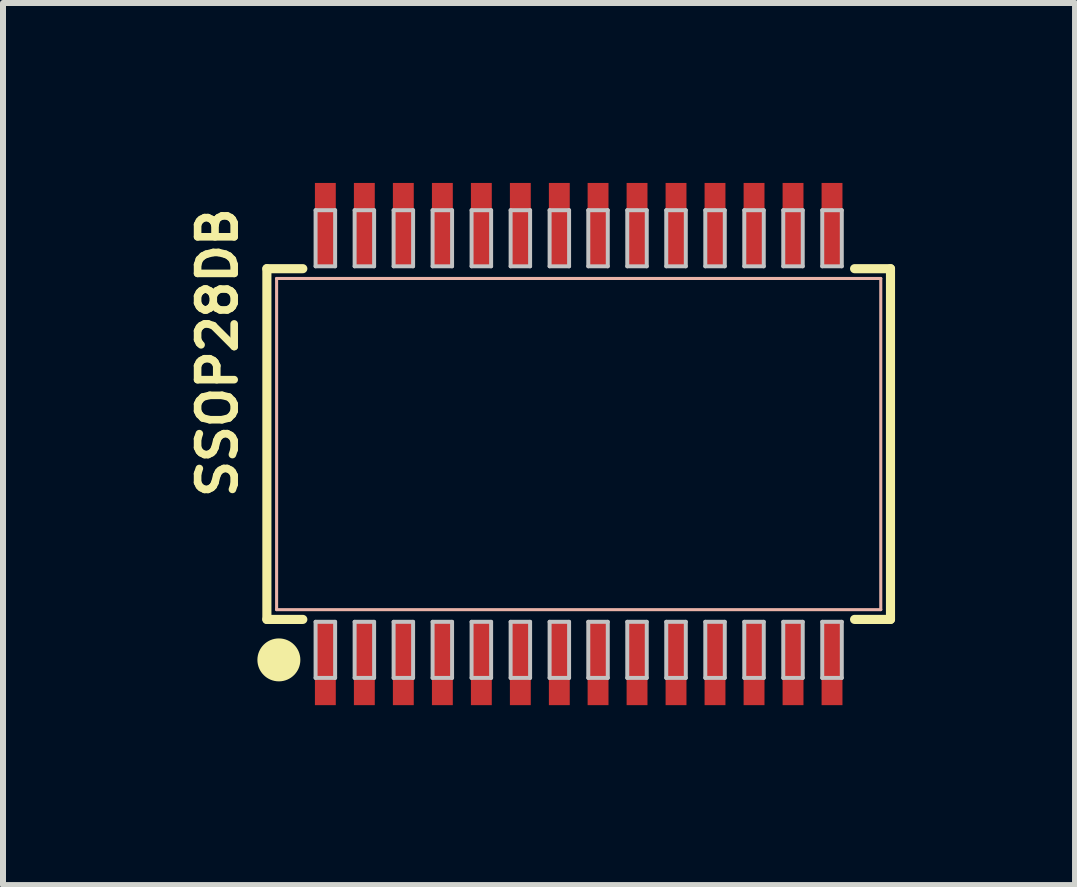
<source format=kicad_pcb>
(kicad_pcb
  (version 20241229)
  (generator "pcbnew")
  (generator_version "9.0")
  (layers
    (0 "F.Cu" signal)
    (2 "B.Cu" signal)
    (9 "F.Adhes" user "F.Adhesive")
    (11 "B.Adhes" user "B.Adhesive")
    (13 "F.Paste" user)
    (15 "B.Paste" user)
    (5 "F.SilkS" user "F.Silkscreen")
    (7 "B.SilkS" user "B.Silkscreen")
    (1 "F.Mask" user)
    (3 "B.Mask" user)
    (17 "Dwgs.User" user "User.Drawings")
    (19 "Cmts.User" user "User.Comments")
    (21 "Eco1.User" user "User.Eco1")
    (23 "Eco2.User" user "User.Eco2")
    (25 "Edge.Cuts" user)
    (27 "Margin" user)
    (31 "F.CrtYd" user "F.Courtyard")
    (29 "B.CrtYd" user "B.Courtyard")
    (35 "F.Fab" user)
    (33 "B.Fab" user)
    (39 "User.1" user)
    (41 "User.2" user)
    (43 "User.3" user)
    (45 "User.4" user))
  (footprint "SSOP28DB"
    (layer "F.Cu")
    (at 6.599 4.354)
    (property "Reference" "SSOP28DB" (at -6.02 -1.524 90) (layer "F.SilkS") (effects (font (size 0.61 0.61) (thickness 0.127))))
    (attr smd)
    (fp_line (start -5.199 -2.924) (end -4.6 -2.924) (stroke (width 0.152) (type solid)) (layer "F.SilkS"))
    (fp_line (start -5.199 2.924) (end -5.199 -2.924) (stroke (width 0.152) (type solid)) (layer "F.SilkS"))
    (fp_line (start -5.199 2.924) (end -4.6 2.924) (stroke (width 0.152) (type solid)) (layer "F.SilkS"))
    (fp_line (start 5.199 -2.924) (end 4.6 -2.924) (stroke (width 0.152) (type solid)) (layer "F.SilkS"))
    (fp_line (start 5.199 -2.924) (end 5.199 2.924) (stroke (width 0.152) (type solid)) (layer "F.SilkS"))
    (fp_line (start 5.199 2.924) (end 4.6 2.924) (stroke (width 0.152) (type solid)) (layer "F.SilkS"))
    (fp_circle (center -4.999 3.599) (end -4.999 3.241) (stroke (width 0) (type solid)) (fill yes) (layer "F.SilkS"))
    (fp_line (start -5.037 -2.761) (end 5.037 -2.761) (stroke (width 0.051) (type solid)) (layer "B.SilkS"))
    (fp_line (start -5.037 2.761) (end -5.037 -2.761) (stroke (width 0.051) (type solid)) (layer "B.SilkS"))
    (fp_line (start 5.037 -2.761) (end 5.037 2.761) (stroke (width 0.051) (type solid)) (layer "B.SilkS"))
    (fp_line (start 5.037 2.761) (end -5.037 2.761) (stroke (width 0.051) (type solid)) (layer "B.SilkS"))
    (fp_line (start -4.387 -3.899) (end -4.061 -3.899) (stroke (width 0.066) (type solid)) (layer "Dwgs.User"))
    (fp_line (start -4.387 -2.964) (end -4.387 -3.899) (stroke (width 0.066) (type solid)) (layer "Dwgs.User"))
    (fp_line (start -4.387 -2.964) (end -4.061 -2.964) (stroke (width 0.066) (type solid)) (layer "Dwgs.User"))
    (fp_line (start -4.387 2.964) (end -4.061 2.964) (stroke (width 0.066) (type solid)) (layer "Dwgs.User"))
    (fp_line (start -4.387 3.899) (end -4.387 2.964) (stroke (width 0.066) (type solid)) (layer "Dwgs.User"))
    (fp_line (start -4.387 3.899) (end -4.061 3.899) (stroke (width 0.066) (type solid)) (layer "Dwgs.User"))
    (fp_line (start -4.061 -2.964) (end -4.061 -3.899) (stroke (width 0.066) (type solid)) (layer "Dwgs.User"))
    (fp_line (start -4.061 3.899) (end -4.061 2.964) (stroke (width 0.066) (type solid)) (layer "Dwgs.User"))
    (fp_line (start -3.736 -3.899) (end -3.411 -3.899) (stroke (width 0.066) (type solid)) (layer "Dwgs.User"))
    (fp_line (start -3.736 -2.964) (end -3.736 -3.899) (stroke (width 0.066) (type solid)) (layer "Dwgs.User"))
    (fp_line (start -3.736 -2.964) (end -3.411 -2.964) (stroke (width 0.066) (type solid)) (layer "Dwgs.User"))
    (fp_line (start -3.736 2.964) (end -3.411 2.964) (stroke (width 0.066) (type solid)) (layer "Dwgs.User"))
    (fp_line (start -3.736 3.899) (end -3.736 2.964) (stroke (width 0.066) (type solid)) (layer "Dwgs.User"))
    (fp_line (start -3.736 3.899) (end -3.411 3.899) (stroke (width 0.066) (type solid)) (layer "Dwgs.User"))
    (fp_line (start -3.411 -2.964) (end -3.411 -3.899) (stroke (width 0.066) (type solid)) (layer "Dwgs.User"))
    (fp_line (start -3.411 3.899) (end -3.411 2.964) (stroke (width 0.066) (type solid)) (layer "Dwgs.User"))
    (fp_line (start -3.086 -3.899) (end -2.761 -3.899) (stroke (width 0.066) (type solid)) (layer "Dwgs.User"))
    (fp_line (start -3.086 -2.964) (end -3.086 -3.899) (stroke (width 0.066) (type solid)) (layer "Dwgs.User"))
    (fp_line (start -3.086 -2.964) (end -2.761 -2.964) (stroke (width 0.066) (type solid)) (layer "Dwgs.User"))
    (fp_line (start -3.086 2.964) (end -2.761 2.964) (stroke (width 0.066) (type solid)) (layer "Dwgs.User"))
    (fp_line (start -3.086 3.899) (end -3.086 2.964) (stroke (width 0.066) (type solid)) (layer "Dwgs.User"))
    (fp_line (start -3.086 3.899) (end -2.761 3.899) (stroke (width 0.066) (type solid)) (layer "Dwgs.User"))
    (fp_line (start -2.761 -2.964) (end -2.761 -3.899) (stroke (width 0.066) (type solid)) (layer "Dwgs.User"))
    (fp_line (start -2.761 3.899) (end -2.761 2.964) (stroke (width 0.066) (type solid)) (layer "Dwgs.User"))
    (fp_line (start -2.436 -3.899) (end -2.111 -3.899) (stroke (width 0.066) (type solid)) (layer "Dwgs.User"))
    (fp_line (start -2.436 -2.964) (end -2.436 -3.899) (stroke (width 0.066) (type solid)) (layer "Dwgs.User"))
    (fp_line (start -2.436 -2.964) (end -2.111 -2.964) (stroke (width 0.066) (type solid)) (layer "Dwgs.User"))
    (fp_line (start -2.436 2.964) (end -2.111 2.964) (stroke (width 0.066) (type solid)) (layer "Dwgs.User"))
    (fp_line (start -2.436 3.899) (end -2.436 2.964) (stroke (width 0.066) (type solid)) (layer "Dwgs.User"))
    (fp_line (start -2.436 3.899) (end -2.111 3.899) (stroke (width 0.066) (type solid)) (layer "Dwgs.User"))
    (fp_line (start -2.111 -2.964) (end -2.111 -3.899) (stroke (width 0.066) (type solid)) (layer "Dwgs.User"))
    (fp_line (start -2.111 3.899) (end -2.111 2.964) (stroke (width 0.066) (type solid)) (layer "Dwgs.User"))
    (fp_line (start -1.786 -3.899) (end -1.46 -3.899) (stroke (width 0.066) (type solid)) (layer "Dwgs.User"))
    (fp_line (start -1.786 -2.964) (end -1.786 -3.899) (stroke (width 0.066) (type solid)) (layer "Dwgs.User"))
    (fp_line (start -1.786 -2.964) (end -1.46 -2.964) (stroke (width 0.066) (type solid)) (layer "Dwgs.User"))
    (fp_line (start -1.786 2.964) (end -1.46 2.964) (stroke (width 0.066) (type solid)) (layer "Dwgs.User"))
    (fp_line (start -1.786 3.899) (end -1.786 2.964) (stroke (width 0.066) (type solid)) (layer "Dwgs.User"))
    (fp_line (start -1.786 3.899) (end -1.46 3.899) (stroke (width 0.066) (type solid)) (layer "Dwgs.User"))
    (fp_line (start -1.46 -2.964) (end -1.46 -3.899) (stroke (width 0.066) (type solid)) (layer "Dwgs.User"))
    (fp_line (start -1.46 3.899) (end -1.46 2.964) (stroke (width 0.066) (type solid)) (layer "Dwgs.User"))
    (fp_line (start -1.135 -3.899) (end -0.81 -3.899) (stroke (width 0.066) (type solid)) (layer "Dwgs.User"))
    (fp_line (start -1.135 -2.964) (end -1.135 -3.899) (stroke (width 0.066) (type solid)) (layer "Dwgs.User"))
    (fp_line (start -1.135 -2.964) (end -0.81 -2.964) (stroke (width 0.066) (type solid)) (layer "Dwgs.User"))
    (fp_line (start -1.135 2.964) (end -0.81 2.964) (stroke (width 0.066) (type solid)) (layer "Dwgs.User"))
    (fp_line (start -1.135 3.899) (end -1.135 2.964) (stroke (width 0.066) (type solid)) (layer "Dwgs.User"))
    (fp_line (start -1.135 3.899) (end -0.81 3.899) (stroke (width 0.066) (type solid)) (layer "Dwgs.User"))
    (fp_line (start -0.81 -2.964) (end -0.81 -3.899) (stroke (width 0.066) (type solid)) (layer "Dwgs.User"))
    (fp_line (start -0.81 3.899) (end -0.81 2.964) (stroke (width 0.066) (type solid)) (layer "Dwgs.User"))
    (fp_line (start -0.485 -3.899) (end -0.16 -3.899) (stroke (width 0.066) (type solid)) (layer "Dwgs.User"))
    (fp_line (start -0.485 -2.964) (end -0.485 -3.899) (stroke (width 0.066) (type solid)) (layer "Dwgs.User"))
    (fp_line (start -0.485 -2.964) (end -0.16 -2.964) (stroke (width 0.066) (type solid)) (layer "Dwgs.User"))
    (fp_line (start -0.485 2.964) (end -0.16 2.964) (stroke (width 0.066) (type solid)) (layer "Dwgs.User"))
    (fp_line (start -0.485 3.899) (end -0.485 2.964) (stroke (width 0.066) (type solid)) (layer "Dwgs.User"))
    (fp_line (start -0.485 3.899) (end -0.16 3.899) (stroke (width 0.066) (type solid)) (layer "Dwgs.User"))
    (fp_line (start -0.16 -2.964) (end -0.16 -3.899) (stroke (width 0.066) (type solid)) (layer "Dwgs.User"))
    (fp_line (start -0.16 3.899) (end -0.16 2.964) (stroke (width 0.066) (type solid)) (layer "Dwgs.User"))
    (fp_line (start 0.16 -3.899) (end 0.485 -3.899) (stroke (width 0.066) (type solid)) (layer "Dwgs.User"))
    (fp_line (start 0.16 -2.964) (end 0.16 -3.899) (stroke (width 0.066) (type solid)) (layer "Dwgs.User"))
    (fp_line (start 0.16 -2.964) (end 0.485 -2.964) (stroke (width 0.066) (type solid)) (layer "Dwgs.User"))
    (fp_line (start 0.16 2.964) (end 0.485 2.964) (stroke (width 0.066) (type solid)) (layer "Dwgs.User"))
    (fp_line (start 0.16 3.899) (end 0.16 2.964) (stroke (width 0.066) (type solid)) (layer "Dwgs.User"))
    (fp_line (start 0.16 3.899) (end 0.485 3.899) (stroke (width 0.066) (type solid)) (layer "Dwgs.User"))
    (fp_line (start 0.485 -2.964) (end 0.485 -3.899) (stroke (width 0.066) (type solid)) (layer "Dwgs.User"))
    (fp_line (start 0.485 3.899) (end 0.485 2.964) (stroke (width 0.066) (type solid)) (layer "Dwgs.User"))
    (fp_line (start 0.81 -3.899) (end 1.135 -3.899) (stroke (width 0.066) (type solid)) (layer "Dwgs.User"))
    (fp_line (start 0.81 -2.964) (end 0.81 -3.899) (stroke (width 0.066) (type solid)) (layer "Dwgs.User"))
    (fp_line (start 0.81 -2.964) (end 1.135 -2.964) (stroke (width 0.066) (type solid)) (layer "Dwgs.User"))
    (fp_line (start 0.81 2.964) (end 1.135 2.964) (stroke (width 0.066) (type solid)) (layer "Dwgs.User"))
    (fp_line (start 0.81 3.899) (end 0.81 2.964) (stroke (width 0.066) (type solid)) (layer "Dwgs.User"))
    (fp_line (start 0.81 3.899) (end 1.135 3.899) (stroke (width 0.066) (type solid)) (layer "Dwgs.User"))
    (fp_line (start 1.135 -2.964) (end 1.135 -3.899) (stroke (width 0.066) (type solid)) (layer "Dwgs.User"))
    (fp_line (start 1.135 3.899) (end 1.135 2.964) (stroke (width 0.066) (type solid)) (layer "Dwgs.User"))
    (fp_line (start 1.46 -3.899) (end 1.786 -3.899) (stroke (width 0.066) (type solid)) (layer "Dwgs.User"))
    (fp_line (start 1.46 -2.964) (end 1.46 -3.899) (stroke (width 0.066) (type solid)) (layer "Dwgs.User"))
    (fp_line (start 1.46 -2.964) (end 1.786 -2.964) (stroke (width 0.066) (type solid)) (layer "Dwgs.User"))
    (fp_line (start 1.46 2.964) (end 1.786 2.964) (stroke (width 0.066) (type solid)) (layer "Dwgs.User"))
    (fp_line (start 1.46 3.899) (end 1.46 2.964) (stroke (width 0.066) (type solid)) (layer "Dwgs.User"))
    (fp_line (start 1.46 3.899) (end 1.786 3.899) (stroke (width 0.066) (type solid)) (layer "Dwgs.User"))
    (fp_line (start 1.786 -2.964) (end 1.786 -3.899) (stroke (width 0.066) (type solid)) (layer "Dwgs.User"))
    (fp_line (start 1.786 3.899) (end 1.786 2.964) (stroke (width 0.066) (type solid)) (layer "Dwgs.User"))
    (fp_line (start 2.111 -3.899) (end 2.436 -3.899) (stroke (width 0.066) (type solid)) (layer "Dwgs.User"))
    (fp_line (start 2.111 -2.964) (end 2.111 -3.899) (stroke (width 0.066) (type solid)) (layer "Dwgs.User"))
    (fp_line (start 2.111 -2.964) (end 2.436 -2.964) (stroke (width 0.066) (type solid)) (layer "Dwgs.User"))
    (fp_line (start 2.111 2.964) (end 2.436 2.964) (stroke (width 0.066) (type solid)) (layer "Dwgs.User"))
    (fp_line (start 2.111 3.899) (end 2.111 2.964) (stroke (width 0.066) (type solid)) (layer "Dwgs.User"))
    (fp_line (start 2.111 3.899) (end 2.436 3.899) (stroke (width 0.066) (type solid)) (layer "Dwgs.User"))
    (fp_line (start 2.436 -2.964) (end 2.436 -3.899) (stroke (width 0.066) (type solid)) (layer "Dwgs.User"))
    (fp_line (start 2.436 3.899) (end 2.436 2.964) (stroke (width 0.066) (type solid)) (layer "Dwgs.User"))
    (fp_line (start 2.761 -3.899) (end 3.086 -3.899) (stroke (width 0.066) (type solid)) (layer "Dwgs.User"))
    (fp_line (start 2.761 -2.964) (end 2.761 -3.899) (stroke (width 0.066) (type solid)) (layer "Dwgs.User"))
    (fp_line (start 2.761 -2.964) (end 3.086 -2.964) (stroke (width 0.066) (type solid)) (layer "Dwgs.User"))
    (fp_line (start 2.761 2.964) (end 3.086 2.964) (stroke (width 0.066) (type solid)) (layer "Dwgs.User"))
    (fp_line (start 2.761 3.899) (end 2.761 2.964) (stroke (width 0.066) (type solid)) (layer "Dwgs.User"))
    (fp_line (start 2.761 3.899) (end 3.086 3.899) (stroke (width 0.066) (type solid)) (layer "Dwgs.User"))
    (fp_line (start 3.086 -2.964) (end 3.086 -3.899) (stroke (width 0.066) (type solid)) (layer "Dwgs.User"))
    (fp_line (start 3.086 3.899) (end 3.086 2.964) (stroke (width 0.066) (type solid)) (layer "Dwgs.User"))
    (fp_line (start 3.411 -3.899) (end 3.736 -3.899) (stroke (width 0.066) (type solid)) (layer "Dwgs.User"))
    (fp_line (start 3.411 -2.964) (end 3.411 -3.899) (stroke (width 0.066) (type solid)) (layer "Dwgs.User"))
    (fp_line (start 3.411 -2.964) (end 3.736 -2.964) (stroke (width 0.066) (type solid)) (layer "Dwgs.User"))
    (fp_line (start 3.411 2.964) (end 3.736 2.964) (stroke (width 0.066) (type solid)) (layer "Dwgs.User"))
    (fp_line (start 3.411 3.899) (end 3.411 2.964) (stroke (width 0.066) (type solid)) (layer "Dwgs.User"))
    (fp_line (start 3.411 3.899) (end 3.736 3.899) (stroke (width 0.066) (type solid)) (layer "Dwgs.User"))
    (fp_line (start 3.736 -2.964) (end 3.736 -3.899) (stroke (width 0.066) (type solid)) (layer "Dwgs.User"))
    (fp_line (start 3.736 3.899) (end 3.736 2.964) (stroke (width 0.066) (type solid)) (layer "Dwgs.User"))
    (fp_line (start 4.061 -3.899) (end 4.387 -3.899) (stroke (width 0.066) (type solid)) (layer "Dwgs.User"))
    (fp_line (start 4.061 -2.964) (end 4.061 -3.899) (stroke (width 0.066) (type solid)) (layer "Dwgs.User"))
    (fp_line (start 4.061 -2.964) (end 4.387 -2.964) (stroke (width 0.066) (type solid)) (layer "Dwgs.User"))
    (fp_line (start 4.061 2.964) (end 4.387 2.964) (stroke (width 0.066) (type solid)) (layer "Dwgs.User"))
    (fp_line (start 4.061 3.899) (end 4.061 2.964) (stroke (width 0.066) (type solid)) (layer "Dwgs.User"))
    (fp_line (start 4.061 3.899) (end 4.387 3.899) (stroke (width 0.066) (type solid)) (layer "Dwgs.User"))
    (fp_line (start 4.387 -2.964) (end 4.387 -3.899) (stroke (width 0.066) (type solid)) (layer "Dwgs.User"))
    (fp_line (start 4.387 3.899) (end 4.387 2.964) (stroke (width 0.066) (type solid)) (layer "Dwgs.User"))
    (pad "1" smd rect (at -4.224 3.655) (size 0.348 1.397) (layers "F.Cu" "F.Mask" "F.Paste"))
    (pad "2" smd rect (at -3.574 3.655) (size 0.348 1.397) (layers "F.Cu" "F.Mask" "F.Paste"))
    (pad "3" smd rect (at -2.924 3.655) (size 0.348 1.397) (layers "F.Cu" "F.Mask" "F.Paste"))
    (pad "4" smd rect (at -2.273 3.655) (size 0.348 1.397) (layers "F.Cu" "F.Mask" "F.Paste"))
    (pad "5" smd rect (at -1.623 3.655) (size 0.348 1.397) (layers "F.Cu" "F.Mask" "F.Paste"))
    (pad "6" smd rect (at -0.973 3.655) (size 0.348 1.397) (layers "F.Cu" "F.Mask" "F.Paste"))
    (pad "7" smd rect (at -0.323 3.655) (size 0.348 1.397) (layers "F.Cu" "F.Mask" "F.Paste"))
    (pad "8" smd rect (at 0.323 3.655) (size 0.348 1.397) (layers "F.Cu" "F.Mask" "F.Paste"))
    (pad "9" smd rect (at 0.973 3.655) (size 0.348 1.397) (layers "F.Cu" "F.Mask" "F.Paste"))
    (pad "10" smd rect (at 1.623 3.655) (size 0.348 1.397) (layers "F.Cu" "F.Mask" "F.Paste"))
    (pad "11" smd rect (at 2.273 3.655) (size 0.348 1.397) (layers "F.Cu" "F.Mask" "F.Paste"))
    (pad "12" smd rect (at 2.924 3.655) (size 0.348 1.397) (layers "F.Cu" "F.Mask" "F.Paste"))
    (pad "13" smd rect (at 3.574 3.655) (size 0.348 1.397) (layers "F.Cu" "F.Mask" "F.Paste"))
    (pad "14" smd rect (at 4.224 3.655) (size 0.348 1.397) (layers "F.Cu" "F.Mask" "F.Paste"))
    (pad "15" smd rect (at 4.224 -3.655) (size 0.348 1.397) (layers "F.Cu" "F.Mask" "F.Paste"))
    (pad "16" smd rect (at 3.574 -3.655) (size 0.348 1.397) (layers "F.Cu" "F.Mask" "F.Paste"))
    (pad "17" smd rect (at 2.924 -3.655) (size 0.348 1.397) (layers "F.Cu" "F.Mask" "F.Paste"))
    (pad "18" smd rect (at 2.273 -3.655) (size 0.348 1.397) (layers "F.Cu" "F.Mask" "F.Paste"))
    (pad "19" smd rect (at 1.623 -3.655) (size 0.348 1.397) (layers "F.Cu" "F.Mask" "F.Paste"))
    (pad "20" smd rect (at 0.973 -3.655) (size 0.348 1.397) (layers "F.Cu" "F.Mask" "F.Paste"))
    (pad "21" smd rect (at 0.323 -3.655) (size 0.348 1.397) (layers "F.Cu" "F.Mask" "F.Paste"))
    (pad "22" smd rect (at -0.323 -3.655) (size 0.348 1.397) (layers "F.Cu" "F.Mask" "F.Paste"))
    (pad "23" smd rect (at -0.973 -3.655) (size 0.348 1.397) (layers "F.Cu" "F.Mask" "F.Paste"))
    (pad "24" smd rect (at -1.623 -3.655) (size 0.348 1.397) (layers "F.Cu" "F.Mask" "F.Paste"))
    (pad "25" smd rect (at -2.273 -3.655) (size 0.348 1.397) (layers "F.Cu" "F.Mask" "F.Paste"))
    (pad "26" smd rect (at -2.924 -3.655) (size 0.348 1.397) (layers "F.Cu" "F.Mask" "F.Paste"))
    (pad "27" smd rect (at -3.574 -3.655) (size 0.348 1.397) (layers "F.Cu" "F.Mask" "F.Paste"))
    (pad "28" smd rect (at -4.224 -3.655) (size 0.348 1.397) (layers "F.Cu" "F.Mask" "F.Paste")))
  (gr_rect
    (start -3 -3)
    (end 14.875 11.707)
    (stroke (width 0.1) (type default))
    (fill no)
    (layer "Edge.Cuts")))
</source>
